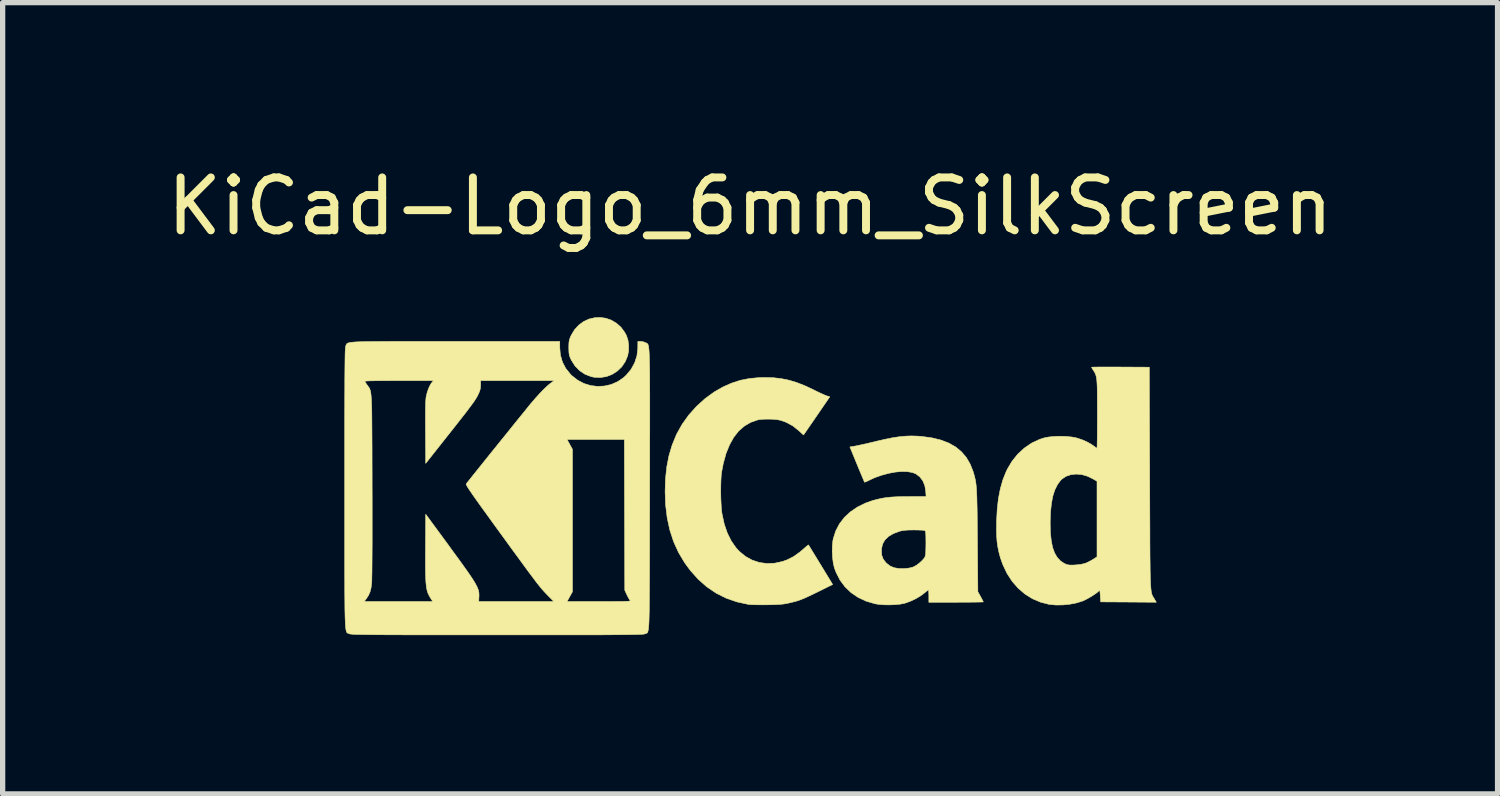
<source format=kicad_pcb>
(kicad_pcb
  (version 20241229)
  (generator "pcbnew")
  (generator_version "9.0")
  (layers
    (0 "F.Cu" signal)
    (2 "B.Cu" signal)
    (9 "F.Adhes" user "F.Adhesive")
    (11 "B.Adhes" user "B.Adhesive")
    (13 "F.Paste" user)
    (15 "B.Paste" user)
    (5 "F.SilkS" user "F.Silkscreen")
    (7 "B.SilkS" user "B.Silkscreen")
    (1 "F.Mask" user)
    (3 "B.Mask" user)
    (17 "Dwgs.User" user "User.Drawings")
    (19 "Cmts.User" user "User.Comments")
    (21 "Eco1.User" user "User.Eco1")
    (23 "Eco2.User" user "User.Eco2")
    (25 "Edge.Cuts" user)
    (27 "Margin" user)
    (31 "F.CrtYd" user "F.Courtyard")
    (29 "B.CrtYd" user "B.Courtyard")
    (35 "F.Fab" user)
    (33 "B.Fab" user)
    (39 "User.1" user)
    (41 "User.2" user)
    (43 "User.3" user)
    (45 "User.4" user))
  (footprint "KiCad-Logo_6mm_SilkScreen"
    (layer "F.Cu")
    (at 11.125 5.928)
    (property "Reference" "KiCad-Logo_6mm_SilkScreen" (at 0 -5.08 0) (layer "F.SilkS") (effects (font (size 1 1) (thickness 0.15))))
    (attr exclude_from_pos_files exclude_from_bom allow_missing_courtyard)
    (fp_poly (pts (xy -2.726 -2.964) (xy -2.623 -2.928) (xy -2.527 -2.871) (xy -2.441 -2.795) (xy -2.369 -2.697) (xy -2.336 -2.636) (xy -2.308 -2.55) (xy -2.295 -2.451) (xy -2.296 -2.35) (xy -2.313 -2.257) (xy -2.359 -2.145) (xy -2.425 -2.047) (xy -2.509 -1.966) (xy -2.606 -1.904) (xy -2.714 -1.862) (xy -2.829 -1.844) (xy -2.948 -1.849) (xy -3.007 -1.862) (xy -3.121 -1.906) (xy -3.222 -1.974) (xy -3.309 -2.063) (xy -3.377 -2.171) (xy -3.383 -2.183) (xy -3.403 -2.227) (xy -3.415 -2.265) (xy -3.422 -2.304) (xy -3.425 -2.355) (xy -3.426 -2.41) (xy -3.425 -2.476) (xy -3.421 -2.523) (xy -3.413 -2.562) (xy -3.399 -2.6) (xy -3.382 -2.639) (xy -3.318 -2.747) (xy -3.238 -2.834) (xy -3.147 -2.901) (xy -3.047 -2.948) (xy -2.941 -2.973) (xy -2.833 -2.979) (xy -2.726 -2.964)) (stroke (width 0.01) (type solid)) (fill yes) (layer "F.SilkS"))
    (fp_poly (pts (xy 0.44 -1.84) (xy 0.588 -1.823) (xy 0.731 -1.794) (xy 0.876 -1.751) (xy 1.028 -1.692) (xy 1.192 -1.615) (xy 1.222 -1.6) (xy 1.29 -1.567) (xy 1.354 -1.537) (xy 1.408 -1.513) (xy 1.446 -1.498) (xy 1.451 -1.496) (xy 1.506 -1.48) (xy 1.26 -1.121) (xy 1.2 -1.033) (xy 1.144 -0.953) (xy 1.096 -0.883) (xy 1.057 -0.826) (xy 1.029 -0.785) (xy 1.013 -0.763) (xy 1.011 -0.759) (xy 1 -0.767) (xy 0.975 -0.789) (xy 0.939 -0.823) (xy 0.919 -0.841) (xy 0.806 -0.931) (xy 0.679 -0.999) (xy 0.57 -1.037) (xy 0.504 -1.049) (xy 0.422 -1.056) (xy 0.333 -1.058) (xy 0.247 -1.056) (xy 0.173 -1.048) (xy 0.144 -1.043) (xy 0.011 -0.997) (xy -0.108 -0.927) (xy -0.215 -0.834) (xy -0.308 -0.716) (xy -0.387 -0.575) (xy -0.454 -0.411) (xy -0.506 -0.223) (xy -0.537 -0.062) (xy -0.546 0.009) (xy -0.551 0.101) (xy -0.554 0.207) (xy -0.555 0.32) (xy -0.553 0.435) (xy -0.548 0.544) (xy -0.542 0.64) (xy -0.533 0.718) (xy -0.531 0.73) (xy -0.489 0.923) (xy -0.431 1.094) (xy -0.357 1.243) (xy -0.267 1.372) (xy -0.203 1.442) (xy -0.089 1.536) (xy 0.037 1.606) (xy 0.172 1.651) (xy 0.313 1.671) (xy 0.459 1.666) (xy 0.608 1.634) (xy 0.696 1.603) (xy 0.818 1.542) (xy 0.943 1.453) (xy 1.013 1.393) (xy 1.053 1.358) (xy 1.084 1.332) (xy 1.101 1.32) (xy 1.104 1.32) (xy 1.112 1.332) (xy 1.132 1.366) (xy 1.163 1.416) (xy 1.203 1.482) (xy 1.251 1.56) (xy 1.304 1.647) (xy 1.334 1.696) (xy 1.56 2.067) (xy 1.278 2.207) (xy 1.176 2.257) (xy 1.093 2.296) (xy 1.025 2.327) (xy 0.966 2.351) (xy 0.911 2.371) (xy 0.855 2.388) (xy 0.794 2.403) (xy 0.735 2.417) (xy 0.682 2.428) (xy 0.627 2.437) (xy 0.565 2.443) (xy 0.488 2.447) (xy 0.394 2.45) (xy 0.33 2.451) (xy 0.238 2.452) (xy 0.151 2.451) (xy 0.073 2.45) (xy 0.01 2.447) (xy -0.032 2.444) (xy -0.034 2.443) (xy -0.25 2.396) (xy -0.452 2.326) (xy -0.642 2.231) (xy -0.818 2.112) (xy -0.98 1.969) (xy -1.129 1.803) (xy -1.238 1.654) (xy -1.353 1.461) (xy -1.446 1.256) (xy -1.517 1.038) (xy -1.567 0.807) (xy -1.597 0.56) (xy -1.606 0.309) (xy -1.598 0.066) (xy -1.574 -0.158) (xy -1.533 -0.368) (xy -1.474 -0.565) (xy -1.396 -0.756) (xy -1.387 -0.776) (xy -1.284 -0.96) (xy -1.159 -1.135) (xy -1.013 -1.298) (xy -0.851 -1.445) (xy -0.676 -1.572) (xy -0.514 -1.665) (xy -0.349 -1.738) (xy -0.185 -1.791) (xy -0.013 -1.825) (xy 0.171 -1.842) (xy 0.281 -1.844) (xy 0.44 -1.84)) (stroke (width 0.01) (type solid)) (fill yes) (layer "F.SilkS"))
    (fp_poly (pts (xy 6.842 -2.043) (xy 6.959 -2.043) (xy 6.999 -2.042) (xy 7.544 -2.039) (xy 7.551 0.055) (xy 7.552 0.339) (xy 7.553 0.597) (xy 7.554 0.83) (xy 7.555 1.039) (xy 7.555 1.227) (xy 7.556 1.393) (xy 7.557 1.54) (xy 7.559 1.669) (xy 7.56 1.782) (xy 7.562 1.879) (xy 7.564 1.961) (xy 7.567 2.031) (xy 7.57 2.09) (xy 7.574 2.138) (xy 7.578 2.177) (xy 7.582 2.209) (xy 7.588 2.235) (xy 7.594 2.257) (xy 7.601 2.274) (xy 7.609 2.29) (xy 7.618 2.305) (xy 7.627 2.32) (xy 7.638 2.337) (xy 7.64 2.341) (xy 7.676 2.403) (xy 7.15 2.399) (xy 6.625 2.396) (xy 6.618 2.28) (xy 6.614 2.225) (xy 6.61 2.193) (xy 6.605 2.18) (xy 6.597 2.183) (xy 6.59 2.19) (xy 6.561 2.217) (xy 6.514 2.251) (xy 6.456 2.289) (xy 6.392 2.326) (xy 6.33 2.359) (xy 6.283 2.38) (xy 6.171 2.415) (xy 6.044 2.44) (xy 5.909 2.454) (xy 5.777 2.455) (xy 5.656 2.444) (xy 5.654 2.444) (xy 5.49 2.402) (xy 5.335 2.336) (xy 5.193 2.247) (xy 5.065 2.137) (xy 4.951 2.006) (xy 4.854 1.856) (xy 4.775 1.689) (xy 4.731 1.565) (xy 4.703 1.462) (xy 4.682 1.361) (xy 4.667 1.258) (xy 4.659 1.146) (xy 4.656 1.019) (xy 4.658 0.915) (xy 5.671 0.915) (xy 5.675 1.089) (xy 5.691 1.239) (xy 5.716 1.366) (xy 5.754 1.471) (xy 5.803 1.555) (xy 5.864 1.621) (xy 5.934 1.668) (xy 5.971 1.685) (xy 6.003 1.695) (xy 6.038 1.7) (xy 6.086 1.701) (xy 6.137 1.699) (xy 6.238 1.69) (xy 6.318 1.672) (xy 6.343 1.664) (xy 6.4 1.638) (xy 6.461 1.605) (xy 6.487 1.589) (xy 6.556 1.544) (xy 6.556 0.117) (xy 6.48 0.072) (xy 6.375 0.021) (xy 6.268 -0.01) (xy 6.162 -0.019) (xy 6.061 -0.008) (xy 5.97 0.023) (xy 5.893 0.075) (xy 5.868 0.099) (xy 5.808 0.181) (xy 5.759 0.279) (xy 5.721 0.396) (xy 5.695 0.533) (xy 5.678 0.692) (xy 5.671 0.876) (xy 5.671 0.915) (xy 4.658 0.915) (xy 4.658 0.872) (xy 4.67 0.646) (xy 4.693 0.442) (xy 4.729 0.258) (xy 4.777 0.089) (xy 4.839 -0.066) (xy 4.861 -0.112) (xy 4.95 -0.262) (xy 5.058 -0.396) (xy 5.182 -0.51) (xy 5.319 -0.604) (xy 5.468 -0.674) (xy 5.557 -0.703) (xy 5.644 -0.72) (xy 5.749 -0.73) (xy 5.863 -0.734) (xy 5.977 -0.73) (xy 6.083 -0.719) (xy 6.167 -0.703) (xy 6.268 -0.67) (xy 6.366 -0.628) (xy 6.451 -0.58) (xy 6.497 -0.548) (xy 6.528 -0.525) (xy 6.55 -0.51) (xy 6.555 -0.508) (xy 6.557 -0.521) (xy 6.558 -0.559) (xy 6.559 -0.619) (xy 6.561 -0.699) (xy 6.562 -0.795) (xy 6.562 -0.906) (xy 6.563 -1.027) (xy 6.563 -1.151) (xy 6.563 -1.31) (xy 6.562 -1.444) (xy 6.561 -1.555) (xy 6.56 -1.647) (xy 6.557 -1.721) (xy 6.553 -1.781) (xy 6.548 -1.829) (xy 6.54 -1.867) (xy 6.531 -1.898) (xy 6.52 -1.925) (xy 6.507 -1.949) (xy 6.49 -1.975) (xy 6.488 -1.978) (xy 6.467 -2.011) (xy 6.455 -2.034) (xy 6.453 -2.039) (xy 6.466 -2.04) (xy 6.504 -2.041) (xy 6.563 -2.042) (xy 6.642 -2.043) (xy 6.735 -2.043) (xy 6.842 -2.043)) (stroke (width 0.01) (type solid)) (fill yes) (layer "F.SilkS"))
    (fp_poly (pts (xy 3.168 -0.736) (xy 3.236 -0.731) (xy 3.43 -0.705) (xy 3.603 -0.663) (xy 3.753 -0.606) (xy 3.884 -0.532) (xy 3.994 -0.441) (xy 4.086 -0.333) (xy 4.16 -0.206) (xy 4.214 -0.069) (xy 4.227 -0.025) (xy 4.239 0.016) (xy 4.249 0.057) (xy 4.258 0.099) (xy 4.266 0.145) (xy 4.272 0.196) (xy 4.277 0.257) (xy 4.281 0.327) (xy 4.285 0.411) (xy 4.287 0.509) (xy 4.29 0.624) (xy 4.292 0.759) (xy 4.293 0.915) (xy 4.295 1.095) (xy 4.296 1.236) (xy 4.304 2.204) (xy 4.356 2.297) (xy 4.38 2.342) (xy 4.398 2.377) (xy 4.407 2.395) (xy 4.407 2.396) (xy 4.394 2.398) (xy 4.356 2.399) (xy 4.297 2.4) (xy 4.22 2.401) (xy 4.127 2.402) (xy 4.021 2.402) (xy 3.906 2.403) (xy 3.892 2.403) (xy 3.378 2.403) (xy 3.378 2.286) (xy 3.377 2.233) (xy 3.374 2.193) (xy 3.371 2.171) (xy 3.369 2.169) (xy 3.356 2.178) (xy 3.328 2.2) (xy 3.291 2.231) (xy 3.29 2.231) (xy 3.224 2.281) (xy 3.14 2.331) (xy 3.048 2.376) (xy 2.957 2.411) (xy 2.918 2.423) (xy 2.838 2.439) (xy 2.741 2.448) (xy 2.635 2.453) (xy 2.528 2.451) (xy 2.43 2.443) (xy 2.362 2.432) (xy 2.194 2.383) (xy 2.042 2.312) (xy 1.909 2.222) (xy 1.794 2.112) (xy 1.699 1.984) (xy 1.625 1.839) (xy 1.592 1.751) (xy 1.572 1.665) (xy 1.559 1.562) (xy 1.553 1.451) (xy 1.553 1.435) (xy 2.482 1.435) (xy 2.489 1.517) (xy 2.515 1.586) (xy 2.562 1.649) (xy 2.581 1.668) (xy 2.645 1.718) (xy 2.72 1.75) (xy 2.81 1.766) (xy 2.904 1.767) (xy 2.994 1.759) (xy 3.062 1.744) (xy 3.092 1.733) (xy 3.145 1.703) (xy 3.202 1.66) (xy 3.254 1.612) (xy 3.293 1.566) (xy 3.303 1.549) (xy 3.311 1.526) (xy 3.317 1.488) (xy 3.32 1.433) (xy 3.322 1.357) (xy 3.323 1.284) (xy 3.322 1.199) (xy 3.321 1.138) (xy 3.319 1.096) (xy 3.315 1.07) (xy 3.309 1.055) (xy 3.301 1.048) (xy 3.299 1.046) (xy 3.276 1.043) (xy 3.233 1.04) (xy 3.173 1.038) (xy 3.104 1.037) (xy 3.089 1.037) (xy 2.997 1.038) (xy 2.925 1.043) (xy 2.869 1.051) (xy 2.822 1.062) (xy 2.706 1.106) (xy 2.615 1.16) (xy 2.548 1.225) (xy 2.504 1.302) (xy 2.484 1.391) (xy 2.482 1.435) (xy 1.553 1.435) (xy 1.554 1.342) (xy 1.564 1.245) (xy 1.571 1.205) (xy 1.617 1.059) (xy 1.687 0.924) (xy 1.78 0.802) (xy 1.895 0.695) (xy 2.03 0.603) (xy 2.183 0.528) (xy 2.313 0.482) (xy 2.401 0.459) (xy 2.484 0.44) (xy 2.569 0.426) (xy 2.661 0.416) (xy 2.765 0.41) (xy 2.888 0.407) (xy 2.998 0.406) (xy 3.326 0.405) (xy 3.319 0.307) (xy 3.302 0.2) (xy 3.264 0.108) (xy 3.207 0.033) (xy 3.134 -0.022) (xy 3.07 -0.048) (xy 2.977 -0.065) (xy 2.867 -0.068) (xy 2.745 -0.057) (xy 2.615 -0.033) (xy 2.483 0.003) (xy 2.354 0.049) (xy 2.261 0.092) (xy 2.216 0.114) (xy 2.181 0.129) (xy 2.164 0.135) (xy 2.163 0.135) (xy 2.157 0.121) (xy 2.142 0.086) (xy 2.119 0.032) (xy 2.09 -0.037) (xy 2.056 -0.118) (xy 2.022 -0.201) (xy 1.886 -0.532) (xy 1.983 -0.548) (xy 2.025 -0.556) (xy 2.088 -0.57) (xy 2.167 -0.587) (xy 2.257 -0.608) (xy 2.351 -0.63) (xy 2.389 -0.64) (xy 2.552 -0.677) (xy 2.694 -0.706) (xy 2.822 -0.725) (xy 2.939 -0.736) (xy 3.053 -0.74) (xy 3.168 -0.736)) (stroke (width 0.01) (type solid)) (fill yes) (layer "F.SilkS"))
    (fp_poly (pts (xy -5.956 -2.526) (xy -5.691 -2.526) (xy -5.568 -2.526) (xy -3.597 -2.526) (xy -3.597 -2.41) (xy -3.585 -2.269) (xy -3.547 -2.138) (xy -3.485 -2.018) (xy -3.396 -1.907) (xy -3.366 -1.877) (xy -3.258 -1.793) (xy -3.14 -1.731) (xy -3.013 -1.692) (xy -2.883 -1.676) (xy -2.752 -1.683) (xy -2.625 -1.712) (xy -2.504 -1.765) (xy -2.393 -1.84) (xy -2.343 -1.886) (xy -2.25 -1.997) (xy -2.182 -2.12) (xy -2.139 -2.252) (xy -2.122 -2.392) (xy -2.122 -2.406) (xy -2.121 -2.526) (xy -2.068 -2.526) (xy -2.022 -2.52) (xy -1.979 -2.504) (xy -1.976 -2.503) (xy -1.966 -2.498) (xy -1.957 -2.494) (xy -1.949 -2.49) (xy -1.942 -2.485) (xy -1.935 -2.477) (xy -1.929 -2.467) (xy -1.924 -2.451) (xy -1.919 -2.43) (xy -1.915 -2.402) (xy -1.911 -2.366) (xy -1.908 -2.321) (xy -1.905 -2.266) (xy -1.903 -2.199) (xy -1.901 -2.12) (xy -1.899 -2.027) (xy -1.898 -1.919) (xy -1.897 -1.795) (xy -1.897 -1.654) (xy -1.896 -1.495) (xy -1.896 -1.317) (xy -1.896 -1.118) (xy -1.896 -0.897) (xy -1.897 -0.654) (xy -1.897 -0.386) (xy -1.897 -0.094) (xy -1.898 0.224) (xy -1.898 0.263) (xy -1.898 0.584) (xy -1.899 0.878) (xy -1.899 1.147) (xy -1.899 1.392) (xy -1.9 1.614) (xy -1.9 1.814) (xy -1.901 1.994) (xy -1.902 2.154) (xy -1.903 2.296) (xy -1.904 2.421) (xy -1.905 2.529) (xy -1.907 2.623) (xy -1.909 2.702) (xy -1.911 2.769) (xy -1.914 2.825) (xy -1.918 2.87) (xy -1.921 2.906) (xy -1.926 2.934) (xy -1.931 2.954) (xy -1.936 2.969) (xy -1.942 2.979) (xy -1.949 2.986) (xy -1.956 2.99) (xy -1.965 2.993) (xy -1.974 2.995) (xy -1.983 2.999) (xy -1.986 3) (xy -1.993 3.002) (xy -2.006 3.005) (xy -2.025 3.007) (xy -2.051 3.009) (xy -2.085 3.01) (xy -2.129 3.012) (xy -2.184 3.013) (xy -2.25 3.014) (xy -2.329 3.015) (xy -2.422 3.016) (xy -2.53 3.017) (xy -2.654 3.018) (xy -2.795 3.019) (xy -2.955 3.019) (xy -3.134 3.019) (xy -3.333 3.02) (xy -3.554 3.02) (xy -3.798 3.02) (xy -4.066 3.02) (xy -4.358 3.02) (xy -4.677 3.02) (xy -4.78 3.02) (xy -5.106 3.02) (xy -5.405 3.02) (xy -5.679 3.02) (xy -5.929 3.02) (xy -6.156 3.02) (xy -6.361 3.019) (xy -6.545 3.019) (xy -6.71 3.018) (xy -6.856 3.018) (xy -6.984 3.017) (xy -7.097 3.016) (xy -7.194 3.015) (xy -7.277 3.014) (xy -7.347 3.013) (xy -7.405 3.012) (xy -7.453 3.011) (xy -7.491 3.009) (xy -7.52 3.007) (xy -7.542 3.005) (xy -7.558 3.003) (xy -7.569 3.001) (xy -7.574 2.998) (xy -7.585 2.994) (xy -7.594 2.991) (xy -7.603 2.988) (xy -7.611 2.983) (xy -7.618 2.977) (xy -7.624 2.967) (xy -7.63 2.952) (xy -7.635 2.932) (xy -7.64 2.905) (xy -7.644 2.87) (xy -7.647 2.826) (xy -7.65 2.772) (xy -7.653 2.706) (xy -7.655 2.628) (xy -7.657 2.536) (xy -7.658 2.43) (xy -7.658 2.389) (xy -7.292 2.389) (xy -5.997 2.389) (xy -6.022 2.351) (xy -6.046 2.312) (xy -6.067 2.275) (xy -6.085 2.238) (xy -6.099 2.197) (xy -6.111 2.15) (xy -6.119 2.094) (xy -6.126 2.028) (xy -6.13 1.948) (xy -6.133 1.852) (xy -6.135 1.736) (xy -6.135 1.6) (xy -6.134 1.439) (xy -6.134 1.379) (xy -6.13 0.74) (xy -5.725 1.291) (xy -5.611 1.448) (xy -5.511 1.584) (xy -5.426 1.702) (xy -5.354 1.803) (xy -5.294 1.889) (xy -5.245 1.963) (xy -5.206 2.025) (xy -5.177 2.078) (xy -5.154 2.123) (xy -5.139 2.163) (xy -5.129 2.198) (xy -5.124 2.231) (xy -5.123 2.264) (xy -5.123 2.299) (xy -5.124 2.303) (xy -5.128 2.389) (xy -3.709 2.389) (xy -3.814 2.283) (xy -3.843 2.253) (xy -3.87 2.225) (xy -3.897 2.196) (xy -3.925 2.165) (xy -3.955 2.129) (xy -3.988 2.088) (xy -4.026 2.041) (xy -4.069 1.984) (xy -4.119 1.917) (xy -4.178 1.839) (xy -4.245 1.748) (xy -4.323 1.641) (xy -4.413 1.518) (xy -4.516 1.378) (xy -4.632 1.217) (xy -4.728 1.086) (xy -4.848 0.921) (xy -4.952 0.776) (xy -5.043 0.651) (xy -5.12 0.544) (xy -5.184 0.454) (xy -5.237 0.379) (xy -5.279 0.317) (xy -5.312 0.269) (xy -5.336 0.231) (xy -5.352 0.203) (xy -5.362 0.184) (xy -5.365 0.172) (xy -5.364 0.165) (xy -5.351 0.148) (xy -5.322 0.112) (xy -5.279 0.058) (xy -5.225 -0.01) (xy -5.16 -0.091) (xy -5.086 -0.183) (xy -5.006 -0.283) (xy -4.921 -0.389) (xy -4.832 -0.499) (xy -4.742 -0.611) (xy -4.692 -0.673) (xy -3.459 -0.673) (xy -3.408 -0.58) (xy -3.357 -0.487) (xy -3.357 2.204) (xy -3.408 2.296) (xy -3.459 2.389) (xy -2.853 2.389) (xy -2.709 2.389) (xy -2.589 2.389) (xy -2.493 2.388) (xy -2.417 2.388) (xy -2.359 2.386) (xy -2.317 2.385) (xy -2.289 2.382) (xy -2.273 2.379) (xy -2.266 2.375) (xy -2.265 2.37) (xy -2.269 2.365) (xy -2.27 2.365) (xy -2.287 2.34) (xy -2.31 2.299) (xy -2.33 2.258) (xy -2.368 2.176) (xy -2.376 -0.673) (xy -3.459 -0.673) (xy -4.692 -0.673) (xy -4.651 -0.723) (xy -4.563 -0.832) (xy -4.479 -0.937) (xy -4.4 -1.035) (xy -4.328 -1.124) (xy -4.264 -1.202) (xy -4.212 -1.267) (xy -4.172 -1.317) (xy -4.148 -1.346) (xy -4.056 -1.453) (xy -3.968 -1.55) (xy -3.886 -1.634) (xy -3.814 -1.701) (xy -3.763 -1.741) (xy -3.703 -1.785) (xy -5.092 -1.785) (xy -5.092 -1.703) (xy -5.096 -1.643) (xy -5.11 -1.588) (xy -5.133 -1.535) (xy -5.148 -1.505) (xy -5.163 -1.476) (xy -5.182 -1.445) (xy -5.204 -1.41) (xy -5.232 -1.369) (xy -5.267 -1.322) (xy -5.31 -1.264) (xy -5.362 -1.195) (xy -5.426 -1.113) (xy -5.503 -1.015) (xy -5.593 -0.9) (xy -5.7 -0.765) (xy -5.712 -0.75) (xy -6.13 -0.221) (xy -6.134 -0.807) (xy -6.135 -0.983) (xy -6.135 -1.131) (xy -6.134 -1.254) (xy -6.132 -1.35) (xy -6.128 -1.421) (xy -6.124 -1.467) (xy -6.123 -1.475) (xy -6.101 -1.567) (xy -6.071 -1.649) (xy -6.038 -1.716) (xy -6.018 -1.744) (xy -5.984 -1.785) (xy -6.638 -1.785) (xy -6.794 -1.785) (xy -6.924 -1.784) (xy -7.031 -1.784) (xy -7.116 -1.782) (xy -7.182 -1.781) (xy -7.229 -1.779) (xy -7.26 -1.776) (xy -7.277 -1.773) (xy -7.282 -1.769) (xy -7.282 -1.768) (xy -7.268 -1.747) (xy -7.245 -1.714) (xy -7.233 -1.697) (xy -7.22 -1.68) (xy -7.209 -1.665) (xy -7.199 -1.65) (xy -7.19 -1.635) (xy -7.183 -1.616) (xy -7.176 -1.593) (xy -7.17 -1.565) (xy -7.165 -1.53) (xy -7.161 -1.486) (xy -7.157 -1.432) (xy -7.154 -1.367) (xy -7.151 -1.288) (xy -7.149 -1.196) (xy -7.148 -1.087) (xy -7.147 -0.961) (xy -7.146 -0.816) (xy -7.145 -0.651) (xy -7.144 -0.464) (xy -7.144 -0.253) (xy -7.143 -0.018) (xy -7.143 0.198) (xy -7.142 0.439) (xy -7.142 0.668) (xy -7.142 0.885) (xy -7.142 1.089) (xy -7.142 1.276) (xy -7.143 1.447) (xy -7.144 1.6) (xy -7.145 1.732) (xy -7.146 1.844) (xy -7.148 1.932) (xy -7.149 1.996) (xy -7.151 2.035) (xy -7.151 2.039) (xy -7.163 2.132) (xy -7.182 2.207) (xy -7.211 2.273) (xy -7.253 2.337) (xy -7.258 2.344) (xy -7.292 2.389) (xy -7.658 2.389) (xy -7.659 2.307) (xy -7.66 2.168) (xy -7.66 2.011) (xy -7.661 1.834) (xy -7.661 1.636) (xy -7.661 1.418) (xy -7.661 1.176) (xy -7.661 0.911) (xy -7.661 0.62) (xy -7.661 0.304) (xy -7.661 0.241) (xy -7.661 -0.079) (xy -7.661 -0.372) (xy -7.661 -0.641) (xy -7.661 -0.885) (xy -7.661 -1.106) (xy -7.66 -1.305) (xy -7.66 -1.484) (xy -7.659 -1.643) (xy -7.659 -1.784) (xy -7.658 -1.907) (xy -7.657 -2.015) (xy -7.656 -2.107) (xy -7.655 -2.185) (xy -7.654 -2.25) (xy -7.653 -2.304) (xy -7.651 -2.347) (xy -7.649 -2.381) (xy -7.647 -2.406) (xy -7.645 -2.425) (xy -7.643 -2.437) (xy -7.64 -2.444) (xy -7.64 -2.444) (xy -7.635 -2.455) (xy -7.631 -2.466) (xy -7.626 -2.475) (xy -7.62 -2.483) (xy -7.61 -2.49) (xy -7.596 -2.496) (xy -7.576 -2.502) (xy -7.549 -2.507) (xy -7.514 -2.511) (xy -7.469 -2.515) (xy -7.413 -2.518) (xy -7.345 -2.52) (xy -7.263 -2.522) (xy -7.166 -2.523) (xy -7.052 -2.524) (xy -6.921 -2.525) (xy -6.771 -2.526) (xy -6.601 -2.526) (xy -6.409 -2.526) (xy -6.195 -2.526) (xy -5.956 -2.526)) (stroke (width 0.01) (type solid)) (fill yes) (layer "F.SilkS")))
  (gr_rect
    (start -3 -3)
    (end 25.25 11.953)
    (stroke (width 0.1) (type default))
    (fill no)
    (layer "Edge.Cuts")))
</source>
